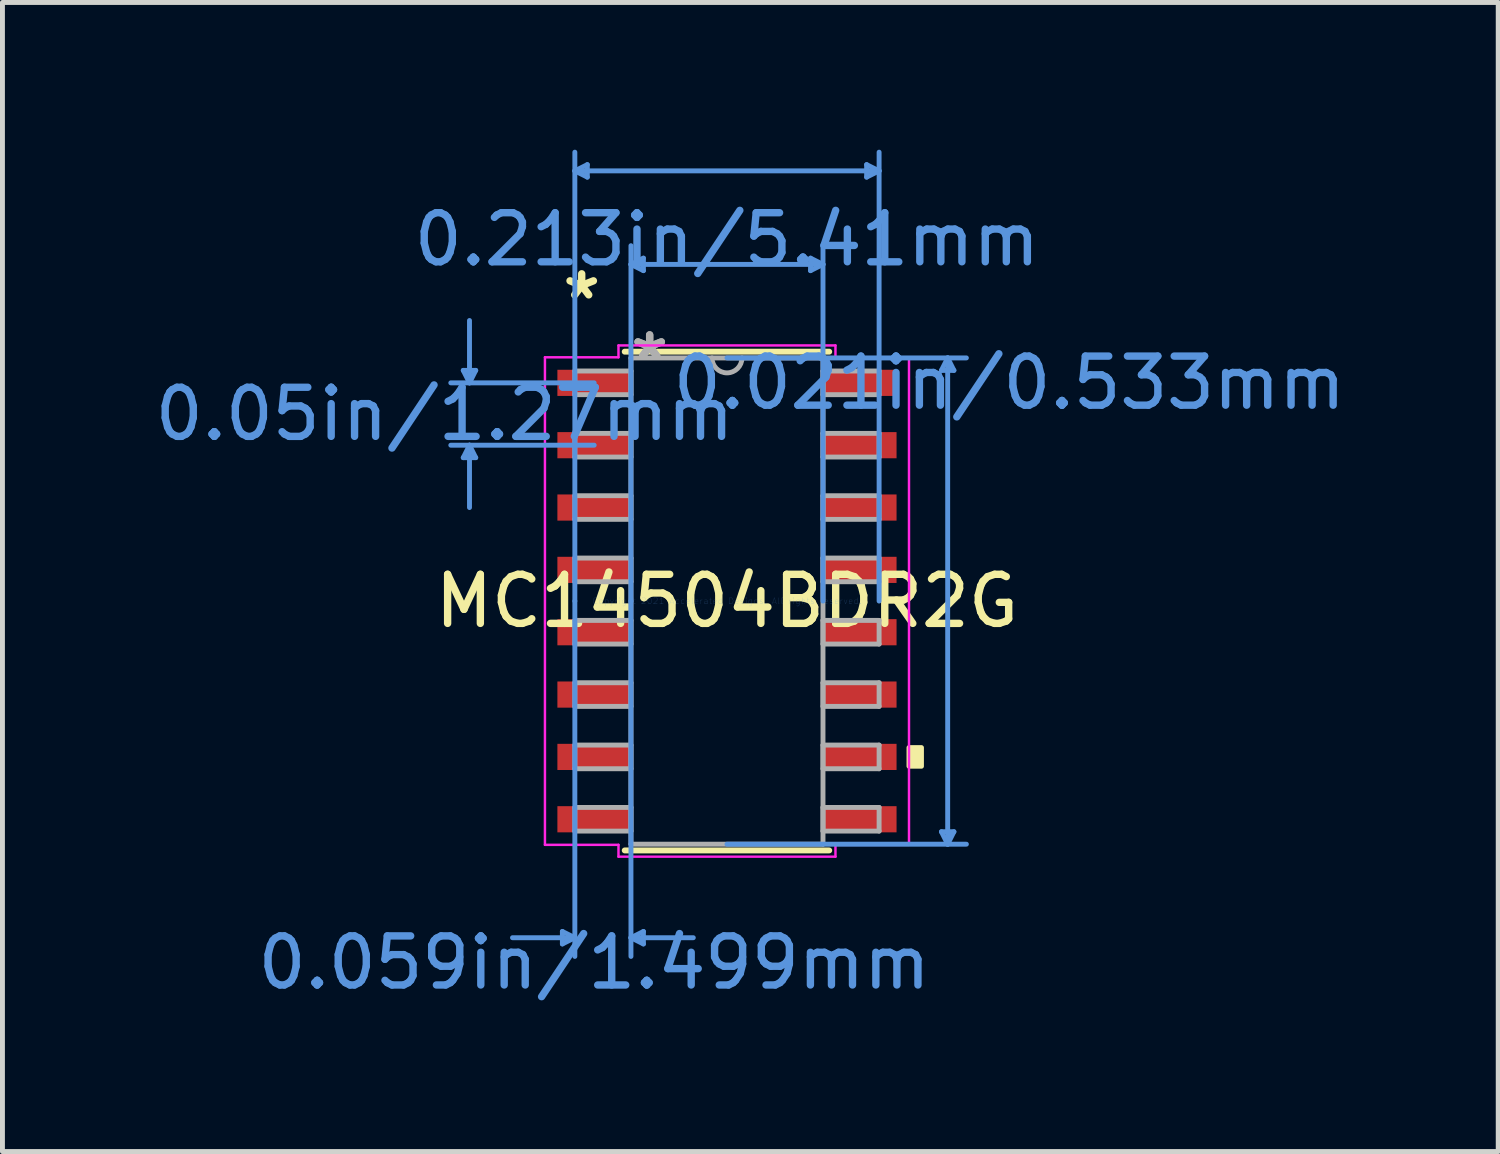
<source format=kicad_pcb>
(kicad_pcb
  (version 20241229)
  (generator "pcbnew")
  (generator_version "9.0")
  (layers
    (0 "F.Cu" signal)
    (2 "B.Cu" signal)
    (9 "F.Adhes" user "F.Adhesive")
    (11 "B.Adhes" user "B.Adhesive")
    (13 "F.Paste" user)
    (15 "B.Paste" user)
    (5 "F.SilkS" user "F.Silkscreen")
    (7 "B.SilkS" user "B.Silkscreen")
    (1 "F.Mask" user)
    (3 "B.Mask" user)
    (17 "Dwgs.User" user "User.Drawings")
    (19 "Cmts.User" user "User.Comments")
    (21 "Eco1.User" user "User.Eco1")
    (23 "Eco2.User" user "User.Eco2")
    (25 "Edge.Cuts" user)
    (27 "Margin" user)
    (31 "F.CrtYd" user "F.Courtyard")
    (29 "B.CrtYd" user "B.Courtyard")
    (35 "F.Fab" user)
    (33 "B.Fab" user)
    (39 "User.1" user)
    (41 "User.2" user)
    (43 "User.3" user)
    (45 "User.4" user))
  (footprint "MC14504BDR2G"
    (layer "F.Cu")
    (at 11.759 9.194)
    (property "Reference" "MC14504BDR2G" (at 0 0 0) (layer "F.SilkS") (effects (font (size 1 1) (thickness 0.15))))
    (attr smd)
    (fp_line (start -2.083 5.08) (end 2.083 5.08) (stroke (width 0.12) (type solid)) (layer "F.SilkS"))
    (fp_line (start 2.083 -5.08) (end -2.083 -5.08) (stroke (width 0.12) (type solid)) (layer "F.SilkS"))
    (fp_poly (pts (xy 3.962 2.985) (xy 3.962 3.365) (xy 3.708 3.365) (xy 3.708 2.985)) (stroke (width 0.1) (type solid)) (fill yes) (layer "F.SilkS"))
    (fp_line (start -5.372 -4.699) (end -5.118 -4.699) (stroke (width 0.1) (type solid)) (layer "Cmts.User"))
    (fp_line (start -5.372 -2.921) (end -5.118 -2.921) (stroke (width 0.1) (type solid)) (layer "Cmts.User"))
    (fp_line (start -5.245 -4.445) (end -5.372 -4.699) (stroke (width 0.1) (type solid)) (layer "Cmts.User"))
    (fp_line (start -5.245 -4.445) (end -5.245 -5.715) (stroke (width 0.1) (type solid)) (layer "Cmts.User"))
    (fp_line (start -5.245 -4.445) (end -5.118 -4.699) (stroke (width 0.1) (type solid)) (layer "Cmts.User"))
    (fp_line (start -5.245 -3.175) (end -5.372 -2.921) (stroke (width 0.1) (type solid)) (layer "Cmts.User"))
    (fp_line (start -5.245 -3.175) (end -5.245 -1.905) (stroke (width 0.1) (type solid)) (layer "Cmts.User"))
    (fp_line (start -5.245 -3.175) (end -5.118 -2.921) (stroke (width 0.1) (type solid)) (layer "Cmts.User"))
    (fp_line (start -3.353 6.731) (end -3.353 6.985) (stroke (width 0.1) (type solid)) (layer "Cmts.User"))
    (fp_line (start -3.099 -8.763) (end -2.845 -8.89) (stroke (width 0.1) (type solid)) (layer "Cmts.User"))
    (fp_line (start -3.099 -8.763) (end -2.845 -8.636) (stroke (width 0.1) (type solid)) (layer "Cmts.User"))
    (fp_line (start -3.099 -8.763) (end 3.099 -8.763) (stroke (width 0.1) (type solid)) (layer "Cmts.User"))
    (fp_line (start -3.099 0) (end -3.099 -9.144) (stroke (width 0.1) (type solid)) (layer "Cmts.User"))
    (fp_line (start -3.099 0) (end -3.099 7.239) (stroke (width 0.1) (type solid)) (layer "Cmts.User"))
    (fp_line (start -3.099 6.858) (end -4.369 6.858) (stroke (width 0.1) (type solid)) (layer "Cmts.User"))
    (fp_line (start -3.099 6.858) (end -3.353 6.731) (stroke (width 0.1) (type solid)) (layer "Cmts.User"))
    (fp_line (start -3.099 6.858) (end -3.353 6.985) (stroke (width 0.1) (type solid)) (layer "Cmts.User"))
    (fp_line (start -2.845 -8.89) (end -2.845 -8.636) (stroke (width 0.1) (type solid)) (layer "Cmts.User"))
    (fp_line (start -2.705 -4.445) (end -5.626 -4.445) (stroke (width 0.1) (type solid)) (layer "Cmts.User"))
    (fp_line (start -2.705 -3.175) (end -5.626 -3.175) (stroke (width 0.1) (type solid)) (layer "Cmts.User"))
    (fp_line (start -1.956 -6.858) (end -1.702 -6.985) (stroke (width 0.1) (type solid)) (layer "Cmts.User"))
    (fp_line (start -1.956 -6.858) (end -1.702 -6.731) (stroke (width 0.1) (type solid)) (layer "Cmts.User"))
    (fp_line (start -1.956 -6.858) (end 1.956 -6.858) (stroke (width 0.1) (type solid)) (layer "Cmts.User"))
    (fp_line (start -1.956 0) (end -1.956 -7.239) (stroke (width 0.1) (type solid)) (layer "Cmts.User"))
    (fp_line (start -1.956 0) (end -1.956 7.239) (stroke (width 0.1) (type solid)) (layer "Cmts.User"))
    (fp_line (start -1.956 6.858) (end -1.702 6.731) (stroke (width 0.1) (type solid)) (layer "Cmts.User"))
    (fp_line (start -1.956 6.858) (end -1.702 6.985) (stroke (width 0.1) (type solid)) (layer "Cmts.User"))
    (fp_line (start -1.956 6.858) (end -0.686 6.858) (stroke (width 0.1) (type solid)) (layer "Cmts.User"))
    (fp_line (start -1.702 -6.985) (end -1.702 -6.731) (stroke (width 0.1) (type solid)) (layer "Cmts.User"))
    (fp_line (start -1.702 6.731) (end -1.702 6.985) (stroke (width 0.1) (type solid)) (layer "Cmts.User"))
    (fp_line (start 0 -4.953) (end 4.877 -4.953) (stroke (width 0.1) (type solid)) (layer "Cmts.User"))
    (fp_line (start 0 4.953) (end 4.877 4.953) (stroke (width 0.1) (type solid)) (layer "Cmts.User"))
    (fp_line (start 1.702 -6.985) (end 1.702 -6.731) (stroke (width 0.1) (type solid)) (layer "Cmts.User"))
    (fp_line (start 1.956 -6.858) (end 1.702 -6.985) (stroke (width 0.1) (type solid)) (layer "Cmts.User"))
    (fp_line (start 1.956 -6.858) (end 1.702 -6.731) (stroke (width 0.1) (type solid)) (layer "Cmts.User"))
    (fp_line (start 1.956 0) (end 1.956 -7.239) (stroke (width 0.1) (type solid)) (layer "Cmts.User"))
    (fp_line (start 2.845 -8.89) (end 2.845 -8.636) (stroke (width 0.1) (type solid)) (layer "Cmts.User"))
    (fp_line (start 3.099 -8.763) (end 2.845 -8.89) (stroke (width 0.1) (type solid)) (layer "Cmts.User"))
    (fp_line (start 3.099 -8.763) (end 2.845 -8.636) (stroke (width 0.1) (type solid)) (layer "Cmts.User"))
    (fp_line (start 3.099 0) (end 3.099 -9.144) (stroke (width 0.1) (type solid)) (layer "Cmts.User"))
    (fp_line (start 4.369 -4.699) (end 4.623 -4.699) (stroke (width 0.1) (type solid)) (layer "Cmts.User"))
    (fp_line (start 4.369 4.699) (end 4.623 4.699) (stroke (width 0.1) (type solid)) (layer "Cmts.User"))
    (fp_line (start 4.496 -4.953) (end 4.369 -4.699) (stroke (width 0.1) (type solid)) (layer "Cmts.User"))
    (fp_line (start 4.496 -4.953) (end 4.496 4.953) (stroke (width 0.1) (type solid)) (layer "Cmts.User"))
    (fp_line (start 4.496 -4.953) (end 4.623 -4.699) (stroke (width 0.1) (type solid)) (layer "Cmts.User"))
    (fp_line (start 4.496 4.953) (end 4.369 4.699) (stroke (width 0.1) (type solid)) (layer "Cmts.User"))
    (fp_line (start 4.496 4.953) (end 4.623 4.699) (stroke (width 0.1) (type solid)) (layer "Cmts.User"))
    (fp_line (start -3.708 -4.966) (end -2.21 -4.966) (stroke (width 0.05) (type solid)) (layer "F.CrtYd"))
    (fp_line (start -3.708 4.966) (end -3.708 -4.966) (stroke (width 0.05) (type solid)) (layer "F.CrtYd"))
    (fp_line (start -2.21 -5.207) (end 2.21 -5.207) (stroke (width 0.05) (type solid)) (layer "F.CrtYd"))
    (fp_line (start -2.21 -4.966) (end -2.21 -5.207) (stroke (width 0.05) (type solid)) (layer "F.CrtYd"))
    (fp_line (start -2.21 4.966) (end -3.708 4.966) (stroke (width 0.05) (type solid)) (layer "F.CrtYd"))
    (fp_line (start -2.21 5.207) (end -2.21 4.966) (stroke (width 0.05) (type solid)) (layer "F.CrtYd"))
    (fp_line (start 2.21 -5.207) (end 2.21 -4.966) (stroke (width 0.05) (type solid)) (layer "F.CrtYd"))
    (fp_line (start 2.21 -4.966) (end 3.708 -4.966) (stroke (width 0.05) (type solid)) (layer "F.CrtYd"))
    (fp_line (start 2.21 4.966) (end 2.21 5.207) (stroke (width 0.05) (type solid)) (layer "F.CrtYd"))
    (fp_line (start 2.21 5.207) (end -2.21 5.207) (stroke (width 0.05) (type solid)) (layer "F.CrtYd"))
    (fp_line (start 3.708 -4.966) (end 3.708 4.966) (stroke (width 0.05) (type solid)) (layer "F.CrtYd"))
    (fp_line (start 3.708 4.966) (end 2.21 4.966) (stroke (width 0.05) (type solid)) (layer "F.CrtYd"))
    (fp_line (start -3.099 -4.686) (end -3.099 -4.204) (stroke (width 0.1) (type solid)) (layer "F.Fab"))
    (fp_line (start -3.099 -4.204) (end -1.956 -4.204) (stroke (width 0.1) (type solid)) (layer "F.Fab"))
    (fp_line (start -3.099 -3.416) (end -3.099 -2.934) (stroke (width 0.1) (type solid)) (layer "F.Fab"))
    (fp_line (start -3.099 -2.934) (end -1.956 -2.934) (stroke (width 0.1) (type solid)) (layer "F.Fab"))
    (fp_line (start -3.099 -2.146) (end -3.099 -1.664) (stroke (width 0.1) (type solid)) (layer "F.Fab"))
    (fp_line (start -3.099 -1.664) (end -1.956 -1.664) (stroke (width 0.1) (type solid)) (layer "F.Fab"))
    (fp_line (start -3.099 -0.876) (end -3.099 -0.394) (stroke (width 0.1) (type solid)) (layer "F.Fab"))
    (fp_line (start -3.099 -0.394) (end -1.956 -0.394) (stroke (width 0.1) (type solid)) (layer "F.Fab"))
    (fp_line (start -3.099 0.394) (end -3.099 0.876) (stroke (width 0.1) (type solid)) (layer "F.Fab"))
    (fp_line (start -3.099 0.876) (end -1.956 0.876) (stroke (width 0.1) (type solid)) (layer "F.Fab"))
    (fp_line (start -3.099 1.664) (end -3.099 2.146) (stroke (width 0.1) (type solid)) (layer "F.Fab"))
    (fp_line (start -3.099 2.146) (end -1.956 2.146) (stroke (width 0.1) (type solid)) (layer "F.Fab"))
    (fp_line (start -3.099 2.934) (end -3.099 3.416) (stroke (width 0.1) (type solid)) (layer "F.Fab"))
    (fp_line (start -3.099 3.416) (end -1.956 3.416) (stroke (width 0.1) (type solid)) (layer "F.Fab"))
    (fp_line (start -3.099 4.204) (end -3.099 4.686) (stroke (width 0.1) (type solid)) (layer "F.Fab"))
    (fp_line (start -3.099 4.686) (end -1.956 4.686) (stroke (width 0.1) (type solid)) (layer "F.Fab"))
    (fp_line (start -1.956 -4.953) (end -1.956 4.953) (stroke (width 0.1) (type solid)) (layer "F.Fab"))
    (fp_line (start -1.956 -4.686) (end -3.099 -4.686) (stroke (width 0.1) (type solid)) (layer "F.Fab"))
    (fp_line (start -1.956 -4.204) (end -1.956 -4.686) (stroke (width 0.1) (type solid)) (layer "F.Fab"))
    (fp_line (start -1.956 -3.416) (end -3.099 -3.416) (stroke (width 0.1) (type solid)) (layer "F.Fab"))
    (fp_line (start -1.956 -2.934) (end -1.956 -3.416) (stroke (width 0.1) (type solid)) (layer "F.Fab"))
    (fp_line (start -1.956 -2.146) (end -3.099 -2.146) (stroke (width 0.1) (type solid)) (layer "F.Fab"))
    (fp_line (start -1.956 -1.664) (end -1.956 -2.146) (stroke (width 0.1) (type solid)) (layer "F.Fab"))
    (fp_line (start -1.956 -0.876) (end -3.099 -0.876) (stroke (width 0.1) (type solid)) (layer "F.Fab"))
    (fp_line (start -1.956 -0.394) (end -1.956 -0.876) (stroke (width 0.1) (type solid)) (layer "F.Fab"))
    (fp_line (start -1.956 0.394) (end -3.099 0.394) (stroke (width 0.1) (type solid)) (layer "F.Fab"))
    (fp_line (start -1.956 0.876) (end -1.956 0.394) (stroke (width 0.1) (type solid)) (layer "F.Fab"))
    (fp_line (start -1.956 1.664) (end -3.099 1.664) (stroke (width 0.1) (type solid)) (layer "F.Fab"))
    (fp_line (start -1.956 2.146) (end -1.956 1.664) (stroke (width 0.1) (type solid)) (layer "F.Fab"))
    (fp_line (start -1.956 2.934) (end -3.099 2.934) (stroke (width 0.1) (type solid)) (layer "F.Fab"))
    (fp_line (start -1.956 3.416) (end -1.956 2.934) (stroke (width 0.1) (type solid)) (layer "F.Fab"))
    (fp_line (start -1.956 4.204) (end -3.099 4.204) (stroke (width 0.1) (type solid)) (layer "F.Fab"))
    (fp_line (start -1.956 4.686) (end -1.956 4.204) (stroke (width 0.1) (type solid)) (layer "F.Fab"))
    (fp_line (start -1.956 4.953) (end 1.956 4.953) (stroke (width 0.1) (type solid)) (layer "F.Fab"))
    (fp_line (start 1.956 -4.953) (end -1.956 -4.953) (stroke (width 0.1) (type solid)) (layer "F.Fab"))
    (fp_line (start 1.956 -4.686) (end 1.956 -4.204) (stroke (width 0.1) (type solid)) (layer "F.Fab"))
    (fp_line (start 1.956 -4.204) (end 3.099 -4.204) (stroke (width 0.1) (type solid)) (layer "F.Fab"))
    (fp_line (start 1.956 -3.416) (end 1.956 -2.934) (stroke (width 0.1) (type solid)) (layer "F.Fab"))
    (fp_line (start 1.956 -2.934) (end 3.099 -2.934) (stroke (width 0.1) (type solid)) (layer "F.Fab"))
    (fp_line (start 1.956 -2.146) (end 1.956 -1.664) (stroke (width 0.1) (type solid)) (layer "F.Fab"))
    (fp_line (start 1.956 -1.664) (end 3.099 -1.664) (stroke (width 0.1) (type solid)) (layer "F.Fab"))
    (fp_line (start 1.956 -0.876) (end 1.956 -0.394) (stroke (width 0.1) (type solid)) (layer "F.Fab"))
    (fp_line (start 1.956 -0.394) (end 3.099 -0.394) (stroke (width 0.1) (type solid)) (layer "F.Fab"))
    (fp_line (start 1.956 0.394) (end 1.956 0.876) (stroke (width 0.1) (type solid)) (layer "F.Fab"))
    (fp_line (start 1.956 0.876) (end 3.099 0.876) (stroke (width 0.1) (type solid)) (layer "F.Fab"))
    (fp_line (start 1.956 1.664) (end 1.956 2.146) (stroke (width 0.1) (type solid)) (layer "F.Fab"))
    (fp_line (start 1.956 2.146) (end 3.099 2.146) (stroke (width 0.1) (type solid)) (layer "F.Fab"))
    (fp_line (start 1.956 2.934) (end 1.956 3.416) (stroke (width 0.1) (type solid)) (layer "F.Fab"))
    (fp_line (start 1.956 3.416) (end 3.099 3.416) (stroke (width 0.1) (type solid)) (layer "F.Fab"))
    (fp_line (start 1.956 4.204) (end 1.956 4.686) (stroke (width 0.1) (type solid)) (layer "F.Fab"))
    (fp_line (start 1.956 4.686) (end 3.099 4.686) (stroke (width 0.1) (type solid)) (layer "F.Fab"))
    (fp_line (start 1.956 4.953) (end 1.956 -4.953) (stroke (width 0.1) (type solid)) (layer "F.Fab"))
    (fp_line (start 3.099 -4.686) (end 1.956 -4.686) (stroke (width 0.1) (type solid)) (layer "F.Fab"))
    (fp_line (start 3.099 -4.204) (end 3.099 -4.686) (stroke (width 0.1) (type solid)) (layer "F.Fab"))
    (fp_line (start 3.099 -3.416) (end 1.956 -3.416) (stroke (width 0.1) (type solid)) (layer "F.Fab"))
    (fp_line (start 3.099 -2.934) (end 3.099 -3.416) (stroke (width 0.1) (type solid)) (layer "F.Fab"))
    (fp_line (start 3.099 -2.146) (end 1.956 -2.146) (stroke (width 0.1) (type solid)) (layer "F.Fab"))
    (fp_line (start 3.099 -1.664) (end 3.099 -2.146) (stroke (width 0.1) (type solid)) (layer "F.Fab"))
    (fp_line (start 3.099 -0.876) (end 1.956 -0.876) (stroke (width 0.1) (type solid)) (layer "F.Fab"))
    (fp_line (start 3.099 -0.394) (end 3.099 -0.876) (stroke (width 0.1) (type solid)) (layer "F.Fab"))
    (fp_line (start 3.099 0.394) (end 1.956 0.394) (stroke (width 0.1) (type solid)) (layer "F.Fab"))
    (fp_line (start 3.099 0.876) (end 3.099 0.394) (stroke (width 0.1) (type solid)) (layer "F.Fab"))
    (fp_line (start 3.099 1.664) (end 1.956 1.664) (stroke (width 0.1) (type solid)) (layer "F.Fab"))
    (fp_line (start 3.099 2.146) (end 3.099 1.664) (stroke (width 0.1) (type solid)) (layer "F.Fab"))
    (fp_line (start 3.099 2.934) (end 1.956 2.934) (stroke (width 0.1) (type solid)) (layer "F.Fab"))
    (fp_line (start 3.099 3.416) (end 3.099 2.934) (stroke (width 0.1) (type solid)) (layer "F.Fab"))
    (fp_line (start 3.099 4.204) (end 1.956 4.204) (stroke (width 0.1) (type solid)) (layer "F.Fab"))
    (fp_line (start 3.099 4.686) (end 3.099 4.204) (stroke (width 0.1) (type solid)) (layer "F.Fab"))
    (fp_arc (start 0.3048 -4.953) (mid 0 -4.6482) (end -0.3048 -4.953) (stroke (width 0.1) (type solid)) (layer "F.Fab"))
    (fp_text user "*" (at -2.959 -6.121 0) (layer "F.SilkS") (effects (font (size 1 1) (thickness 0.15))))
    (fp_text user "Copyright 2021 Accelerated Designs. All rights reserved." (at 0 0 0) (layer "Cmts.User") (effects (font (size 0.127 0.127) (thickness 0.002))))
    (fp_text user "0.213in/5.41mm" (at 0 -7.366 0) (layer "Cmts.User") (effects (font (size 1 1) (thickness 0.15))))
    (fp_text user "0.021in/0.533mm" (at 5.753 -4.445 0) (layer "Cmts.User") (effects (font (size 1 1) (thickness 0.15))))
    (fp_text user "0.05in/1.27mm" (at -5.753 -3.81 0) (layer "Cmts.User") (effects (font (size 1 1) (thickness 0.15))))
    (fp_text user "0.059in/1.499mm" (at -2.705 7.366 0) (layer "Cmts.User") (effects (font (size 1 1) (thickness 0.15))))
    (fp_text user "*" (at -1.575 -4.877 0) (layer "F.Fab") (effects (font (size 1 1) (thickness 0.15))))
    (fp_text user "*" (at -1.575 -4.877 0) (layer "F.Fab") (effects (font (size 1 1) (thickness 0.15))))
    (pad "1" smd rect (at -2.705 -4.445) (size 1.499 0.533) (layers "F.Cu" "F.Mask" "F.Paste"))
    (pad "2" smd rect (at -2.705 -3.175) (size 1.499 0.533) (layers "F.Cu" "F.Mask" "F.Paste"))
    (pad "3" smd rect (at -2.705 -1.905) (size 1.499 0.533) (layers "F.Cu" "F.Mask" "F.Paste"))
    (pad "4" smd rect (at -2.705 -0.635) (size 1.499 0.533) (layers "F.Cu" "F.Mask" "F.Paste"))
    (pad "5" smd rect (at -2.705 0.635) (size 1.499 0.533) (layers "F.Cu" "F.Mask" "F.Paste"))
    (pad "6" smd rect (at -2.705 1.905) (size 1.499 0.533) (layers "F.Cu" "F.Mask" "F.Paste"))
    (pad "7" smd rect (at -2.705 3.175) (size 1.499 0.533) (layers "F.Cu" "F.Mask" "F.Paste"))
    (pad "8" smd rect (at -2.705 4.445) (size 1.499 0.533) (layers "F.Cu" "F.Mask" "F.Paste"))
    (pad "9" smd rect (at 2.705 4.445) (size 1.499 0.533) (layers "F.Cu" "F.Mask" "F.Paste"))
    (pad "10" smd rect (at 2.705 3.175) (size 1.499 0.533) (layers "F.Cu" "F.Mask" "F.Paste"))
    (pad "11" smd rect (at 2.705 1.905) (size 1.499 0.533) (layers "F.Cu" "F.Mask" "F.Paste"))
    (pad "12" smd rect (at 2.705 0.635) (size 1.499 0.533) (layers "F.Cu" "F.Mask" "F.Paste"))
    (pad "13" smd rect (at 2.705 -0.635) (size 1.499 0.533) (layers "F.Cu" "F.Mask" "F.Paste"))
    (pad "14" smd rect (at 2.705 -1.905) (size 1.499 0.533) (layers "F.Cu" "F.Mask" "F.Paste"))
    (pad "15" smd rect (at 2.705 -3.175) (size 1.499 0.533) (layers "F.Cu" "F.Mask" "F.Paste"))
    (pad "16" smd rect (at 2.705 -4.445) (size 1.499 0.533) (layers "F.Cu" "F.Mask" "F.Paste")))
  (gr_rect
    (start -3 -3)
    (end 27.47 20.408)
    (stroke (width 0.1) (type default))
    (fill no)
    (layer "Edge.Cuts")))
</source>
